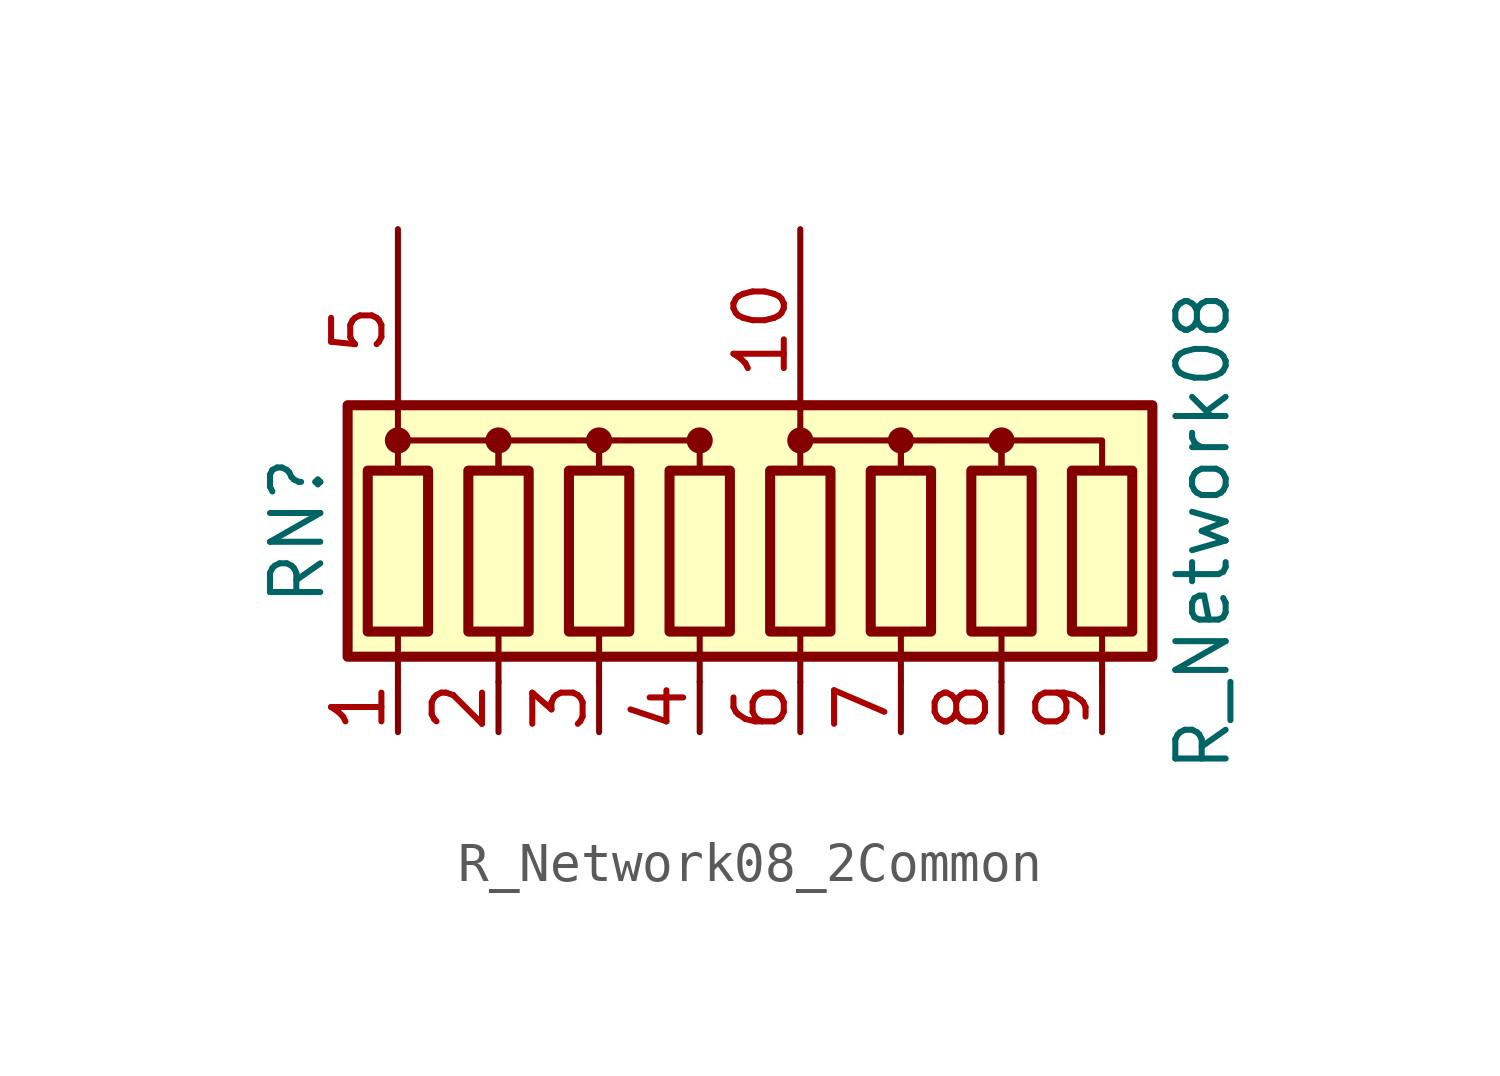
<source format=kicad_sym>
(kicad_symbol_lib
  (version 20220914)
  (generator kicad_symbol_editor)
  (symbol "R_Network08_2Common"
    (pin_names
      (offset 0) hide)
    (property "Reference" "RN"
      (at -12.7 0 90)
      (effects (font (size 1.27 1.27))))
    (property "Value" "R_Network08"
      (at 10.16 0 90)
      (effects (font (size 1.27 1.27))))
    (symbol "R_Network08_2Common_0_1"
      (rectangle (start -11.43 3.175) (end 8.89 -3.175) (stroke (width 0.254) (type default)) (fill (type background)))
      (rectangle (start -10.922 1.524) (end -9.398 -2.54) (stroke (width 0.254) (type default)) (fill (type none)))
      (circle (center -10.16 2.286) (radius 0.254) (stroke (width 0) (type default)) (fill (type outline)))
      (rectangle (start -8.382 1.524) (end -6.858 -2.54) (stroke (width 0.254) (type default)) (fill (type none)))
      (circle (center -7.62 2.286) (radius 0.254) (stroke (width 0) (type default)) (fill (type outline)))
      (rectangle (start -5.842 1.524) (end -4.318 -2.54) (stroke (width 0.254) (type default)) (fill (type none)))
      (circle (center -5.08 2.286) (radius 0.254) (stroke (width 0) (type default)) (fill (type outline)))
      (rectangle (start -3.302 1.524) (end -1.778 -2.54) (stroke (width 0.254) (type default)) (fill (type none)))
      (circle (center -2.54 2.286) (radius 0.254) (stroke (width 0) (type default)) (fill (type outline)))
      (rectangle (start -0.762 1.524) (end 0.762 -2.54) (stroke (width 0.254) (type default)) (fill (type none)))
      (polyline (pts (xy -10.16 -2.54) (xy -10.16 -3.81)) (stroke (width 0) (type default)) (fill (type none)))
      (polyline (pts (xy -7.62 -2.54) (xy -7.62 -3.81)) (stroke (width 0) (type default)) (fill (type none)))
      (polyline (pts (xy -5.08 -2.54) (xy -5.08 -3.81)) (stroke (width 0) (type default)) (fill (type none)))
      (polyline (pts (xy -2.54 -2.54) (xy -2.54 -3.81)) (stroke (width 0) (type default)) (fill (type none)))
      (polyline (pts (xy 0 -2.54) (xy 0 -3.81)) (stroke (width 0) (type default)) (fill (type none)))
      (polyline (pts (xy 2.54 -2.54) (xy 2.54 -3.81)) (stroke (width 0) (type default)) (fill (type none)))
      (polyline (pts (xy 5.08 -2.54) (xy 5.08 -3.81)) (stroke (width 0) (type default)) (fill (type none)))
      (polyline (pts (xy 7.62 -2.54) (xy 7.62 -3.81)) (stroke (width 0) (type default)) (fill (type none)))
      (polyline (pts (xy -10.16 1.524) (xy -10.16 2.286) (xy -7.62 2.286) (xy -7.62 1.524)) (stroke (width 0) (type default)) (fill (type none)))
      (polyline (pts (xy -7.62 1.524) (xy -7.62 2.286) (xy -5.08 2.286) (xy -5.08 1.524)) (stroke (width 0) (type default)) (fill (type none)))
      (polyline (pts (xy -5.08 1.524) (xy -5.08 2.286) (xy -2.54 2.286) (xy -2.54 1.524)) (stroke (width 0) (type default)) (fill (type none)))
      (polyline (pts (xy 0 1.524) (xy 0 2.286) (xy 2.54 2.286) (xy 2.54 1.524)) (stroke (width 0) (type default)) (fill (type none)))
      (polyline (pts (xy 2.54 1.524) (xy 2.54 2.286) (xy 5.08 2.286) (xy 5.08 1.524)) (stroke (width 0) (type default)) (fill (type none)))
      (polyline (pts (xy 5.08 1.524) (xy 5.08 2.286) (xy 7.62 2.286) (xy 7.62 1.524)) (stroke (width 0) (type default)) (fill (type none)))
      (circle (center 0 2.286) (radius 0.254) (stroke (width 0) (type default)) (fill (type outline)))
      (rectangle (start 1.778 1.524) (end 3.302 -2.54) (stroke (width 0.254) (type default)) (fill (type none)))
      (circle (center 2.54 2.286) (radius 0.254) (stroke (width 0) (type default)) (fill (type outline)))
      (rectangle (start 4.318 1.524) (end 5.842 -2.54) (stroke (width 0.254) (type default)) (fill (type none)))
      (circle (center 5.08 2.286) (radius 0.254) (stroke (width 0) (type default)) (fill (type outline)))
      (rectangle (start 6.858 1.524) (end 8.382 -2.54) (stroke (width 0.254) (type default)) (fill (type none))))
    (symbol "R_Network08_2Common_1_1"
      (pin passive line (at -10.16 -5.08 90) (length 1.27) (name "R1" (effects (font (size 1.27 1.27)))) (number "1" (effects (font (size 1.27 1.27)))))
      (pin passive line (at 0 7.62 270) (length 5.08) (name "common" (effects (font (size 1.27 1.27)))) (number "10" (effects (font (size 1.27 1.27)))))
      (pin passive line (at -7.62 -5.08 90) (length 1.27) (name "R2" (effects (font (size 1.27 1.27)))) (number "2" (effects (font (size 1.27 1.27)))))
      (pin passive line (at -5.08 -5.08 90) (length 1.27) (name "R3" (effects (font (size 1.27 1.27)))) (number "3" (effects (font (size 1.27 1.27)))))
      (pin passive line (at -2.54 -5.08 90) (length 1.27) (name "R4" (effects (font (size 1.27 1.27)))) (number "4" (effects (font (size 1.27 1.27)))))
      (pin passive line (at -10.16 7.62 270) (length 5.08) (name "common" (effects (font (size 1.27 1.27)))) (number "5" (effects (font (size 1.27 1.27)))))
      (pin passive line (at 0 -5.08 90) (length 1.27) (name "R5" (effects (font (size 1.27 1.27)))) (number "6" (effects (font (size 1.27 1.27)))))
      (pin passive line (at 2.54 -5.08 90) (length 1.27) (name "R6" (effects (font (size 1.27 1.27)))) (number "7" (effects (font (size 1.27 1.27)))))
      (pin passive line (at 5.08 -5.08 90) (length 1.27) (name "R7" (effects (font (size 1.27 1.27)))) (number "8" (effects (font (size 1.27 1.27)))))
      (pin passive line (at 7.62 -5.08 90) (length 1.27) (name "R8" (effects (font (size 1.27 1.27)))) (number "9" (effects (font (size 1.27 1.27))))))))
</source>
